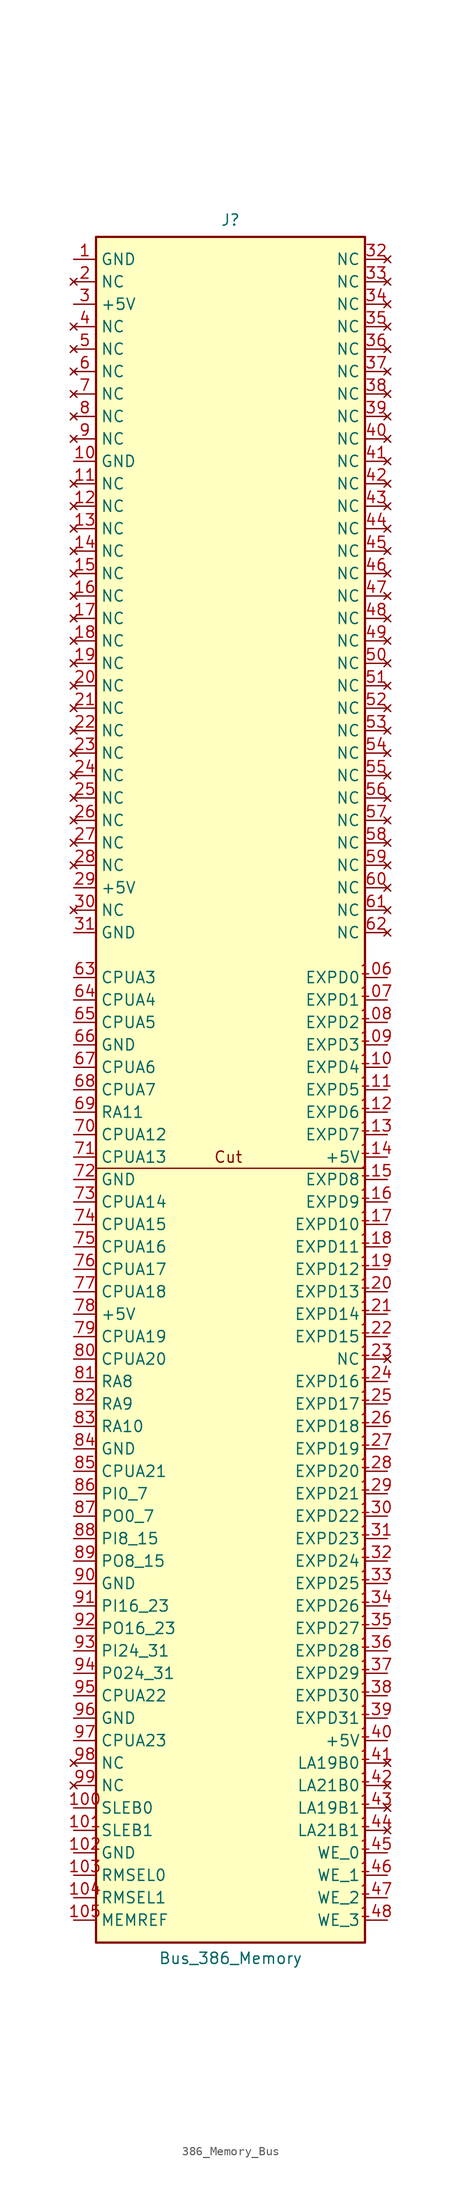
<source format=kicad_sym>
(kicad_symbol_lib
  (version 20241209)
  (generator "kicad_symbol_editor")
  (generator_version "9.0")
  (symbol "386_Memory_Bus"
    (property "Reference" "J"
      (at 0 67.945 0)
      (effects (font (size 1.27 1.27))))
    (property "Value" "Bus_386_Memory"
      (at 0 -128.778 0)
      (effects (font (size 1.27 1.27))))
    (symbol "386_Memory_Bus_0_1"
      (rectangle (start -15.24 66.04) (end 15.24 -127) (stroke (width 0.254) (type default)) (fill (type background)))
      (polyline (pts (xy 15.24 -39.37) (xy -15.24 -39.37)) (stroke (width 0) (type default)) (fill (type none))))
    (symbol "386_Memory_Bus_1_1"
      (text "Cut" (at -0.254 -38.1 0) (effects (font (size 1.27 1.27))))
      (pin power_out line (at -17.78 63.5 0) (length 2.54) (name "GND" (effects (font (size 1.27 1.27)))) (number "1" (effects (font (size 1.27 1.27)))))
      (pin no_connect line (at -17.78 60.96 0) (length 2.54) (name "NC" (effects (font (size 1.27 1.27)))) (number "2" (effects (font (size 1.27 1.27)))))
      (pin power_out line (at -17.78 58.42 0) (length 2.54) (name "+5V" (effects (font (size 1.27 1.27)))) (number "3" (effects (font (size 1.27 1.27)))))
      (pin no_connect line (at -17.78 55.88 0) (length 2.54) (name "NC" (effects (font (size 1.27 1.27)))) (number "4" (effects (font (size 1.27 1.27)))))
      (pin no_connect line (at -17.78 53.34 0) (length 2.54) (name "NC" (effects (font (size 1.27 1.27)))) (number "5" (effects (font (size 1.27 1.27)))))
      (pin no_connect line (at -17.78 50.8 0) (length 2.54) (name "NC" (effects (font (size 1.27 1.27)))) (number "6" (effects (font (size 1.27 1.27)))))
      (pin no_connect line (at -17.78 48.26 0) (length 2.54) (name "NC" (effects (font (size 1.27 1.27)))) (number "7" (effects (font (size 1.27 1.27)))))
      (pin no_connect line (at -17.78 45.72 0) (length 2.54) (name "NC" (effects (font (size 1.27 1.27)))) (number "8" (effects (font (size 1.27 1.27)))))
      (pin no_connect line (at -17.78 43.18 0) (length 2.54) (name "NC" (effects (font (size 1.27 1.27)))) (number "9" (effects (font (size 1.27 1.27)))))
      (pin power_out line (at -17.78 40.64 0) (length 2.54) (name "GND" (effects (font (size 1.27 1.27)))) (number "10" (effects (font (size 1.27 1.27)))))
      (pin no_connect line (at -17.78 38.1 0) (length 2.54) (name "NC" (effects (font (size 1.27 1.27)))) (number "11" (effects (font (size 1.27 1.27)))))
      (pin no_connect line (at -17.78 35.56 0) (length 2.54) (name "NC" (effects (font (size 1.27 1.27)))) (number "12" (effects (font (size 1.27 1.27)))))
      (pin no_connect line (at -17.78 33.02 0) (length 2.54) (name "NC" (effects (font (size 1.27 1.27)))) (number "13" (effects (font (size 1.27 1.27)))))
      (pin no_connect line (at -17.78 30.48 0) (length 2.54) (name "NC" (effects (font (size 1.27 1.27)))) (number "14" (effects (font (size 1.27 1.27)))))
      (pin no_connect line (at -17.78 27.94 0) (length 2.54) (name "NC" (effects (font (size 1.27 1.27)))) (number "15" (effects (font (size 1.27 1.27)))))
      (pin no_connect line (at -17.78 25.4 0) (length 2.54) (name "NC" (effects (font (size 1.27 1.27)))) (number "16" (effects (font (size 1.27 1.27)))))
      (pin no_connect line (at -17.78 22.86 0) (length 2.54) (name "NC" (effects (font (size 1.27 1.27)))) (number "17" (effects (font (size 1.27 1.27)))))
      (pin no_connect line (at -17.78 20.32 0) (length 2.54) (name "NC" (effects (font (size 1.27 1.27)))) (number "18" (effects (font (size 1.27 1.27)))))
      (pin no_connect line (at -17.78 17.78 0) (length 2.54) (name "NC" (effects (font (size 1.27 1.27)))) (number "19" (effects (font (size 1.27 1.27)))))
      (pin no_connect line (at -17.78 15.24 0) (length 2.54) (name "NC" (effects (font (size 1.27 1.27)))) (number "20" (effects (font (size 1.27 1.27)))))
      (pin no_connect line (at -17.78 12.7 0) (length 2.54) (name "NC" (effects (font (size 1.27 1.27)))) (number "21" (effects (font (size 1.27 1.27)))))
      (pin no_connect line (at -17.78 10.16 0) (length 2.54) (name "NC" (effects (font (size 1.27 1.27)))) (number "22" (effects (font (size 1.27 1.27)))))
      (pin no_connect line (at -17.78 7.62 0) (length 2.54) (name "NC" (effects (font (size 1.27 1.27)))) (number "23" (effects (font (size 1.27 1.27)))))
      (pin no_connect line (at -17.78 5.08 0) (length 2.54) (name "NC" (effects (font (size 1.27 1.27)))) (number "24" (effects (font (size 1.27 1.27)))))
      (pin no_connect line (at -17.78 2.54 0) (length 2.54) (name "NC" (effects (font (size 1.27 1.27)))) (number "25" (effects (font (size 1.27 1.27)))))
      (pin no_connect line (at -17.78 0 0) (length 2.54) (name "NC" (effects (font (size 1.27 1.27)))) (number "26" (effects (font (size 1.27 1.27)))))
      (pin no_connect line (at -17.78 -2.54 0) (length 2.54) (name "NC" (effects (font (size 1.27 1.27)))) (number "27" (effects (font (size 1.27 1.27)))))
      (pin no_connect line (at -17.78 -5.08 0) (length 2.54) (name "NC" (effects (font (size 1.27 1.27)))) (number "28" (effects (font (size 1.27 1.27)))))
      (pin power_out line (at -17.78 -7.62 0) (length 2.54) (name "+5V" (effects (font (size 1.27 1.27)))) (number "29" (effects (font (size 1.27 1.27)))))
      (pin no_connect line (at -17.78 -10.16 0) (length 2.54) (name "NC" (effects (font (size 1.27 1.27)))) (number "30" (effects (font (size 1.27 1.27)))))
      (pin power_out line (at -17.78 -12.7 0) (length 2.54) (name "GND" (effects (font (size 1.27 1.27)))) (number "31" (effects (font (size 1.27 1.27)))))
      (pin unspecified line (at -17.78 -17.78 0) (length 2.54) (name "CPUA3" (effects (font (size 1.27 1.27)))) (number "63" (effects (font (size 1.27 1.27)))))
      (pin unspecified line (at -17.78 -20.32 0) (length 2.54) (name "CPUA4" (effects (font (size 1.27 1.27)))) (number "64" (effects (font (size 1.27 1.27)))))
      (pin unspecified line (at -17.78 -22.86 0) (length 2.54) (name "CPUA5" (effects (font (size 1.27 1.27)))) (number "65" (effects (font (size 1.27 1.27)))))
      (pin power_out line (at -17.78 -25.4 0) (length 2.54) (name "GND" (effects (font (size 1.27 1.27)))) (number "66" (effects (font (size 1.27 1.27)))))
      (pin unspecified line (at -17.78 -27.94 0) (length 2.54) (name "CPUA6" (effects (font (size 1.27 1.27)))) (number "67" (effects (font (size 1.27 1.27)))))
      (pin unspecified line (at -17.78 -30.48 0) (length 2.54) (name "CPUA7" (effects (font (size 1.27 1.27)))) (number "68" (effects (font (size 1.27 1.27)))))
      (pin unspecified line (at -17.78 -33.02 0) (length 2.54) (name "RA11" (effects (font (size 1.27 1.27)))) (number "69" (effects (font (size 1.27 1.27)))))
      (pin unspecified line (at -17.78 -35.56 0) (length 2.54) (name "CPUA12" (effects (font (size 1.27 1.27)))) (number "70" (effects (font (size 1.27 1.27)))))
      (pin unspecified line (at -17.78 -38.1 0) (length 2.54) (name "CPUA13" (effects (font (size 1.27 1.27)))) (number "71" (effects (font (size 1.27 1.27)))))
      (pin power_out line (at -17.78 -40.64 0) (length 2.54) (name "GND" (effects (font (size 1.27 1.27)))) (number "72" (effects (font (size 1.27 1.27)))))
      (pin unspecified line (at -17.78 -43.18 0) (length 2.54) (name "CPUA14" (effects (font (size 1.27 1.27)))) (number "73" (effects (font (size 1.27 1.27)))))
      (pin unspecified line (at -17.78 -45.72 0) (length 2.54) (name "CPUA15" (effects (font (size 1.27 1.27)))) (number "74" (effects (font (size 1.27 1.27)))))
      (pin unspecified line (at -17.78 -48.26 0) (length 2.54) (name "CPUA16" (effects (font (size 1.27 1.27)))) (number "75" (effects (font (size 1.27 1.27)))))
      (pin unspecified line (at -17.78 -50.8 0) (length 2.54) (name "CPUA17" (effects (font (size 1.27 1.27)))) (number "76" (effects (font (size 1.27 1.27)))))
      (pin unspecified line (at -17.78 -53.34 0) (length 2.54) (name "CPUA18" (effects (font (size 1.27 1.27)))) (number "77" (effects (font (size 1.27 1.27)))))
      (pin power_out line (at -17.78 -55.88 0) (length 2.54) (name "+5V" (effects (font (size 1.27 1.27)))) (number "78" (effects (font (size 1.27 1.27)))))
      (pin unspecified line (at -17.78 -58.42 0) (length 2.54) (name "CPUA19" (effects (font (size 1.27 1.27)))) (number "79" (effects (font (size 1.27 1.27)))))
      (pin unspecified line (at -17.78 -60.96 0) (length 2.54) (name "CPUA20" (effects (font (size 1.27 1.27)))) (number "80" (effects (font (size 1.27 1.27)))))
      (pin unspecified line (at -17.78 -63.5 0) (length 2.54) (name "RA8" (effects (font (size 1.27 1.27)))) (number "81" (effects (font (size 1.27 1.27)))))
      (pin unspecified line (at -17.78 -66.04 0) (length 2.54) (name "RA9" (effects (font (size 1.27 1.27)))) (number "82" (effects (font (size 1.27 1.27)))))
      (pin unspecified line (at -17.78 -68.58 0) (length 2.54) (name "RA10" (effects (font (size 1.27 1.27)))) (number "83" (effects (font (size 1.27 1.27)))))
      (pin unspecified line (at -17.78 -71.12 0) (length 2.54) (name "GND" (effects (font (size 1.27 1.27)))) (number "84" (effects (font (size 1.27 1.27)))))
      (pin unspecified line (at -17.78 -73.66 0) (length 2.54) (name "CPUA21" (effects (font (size 1.27 1.27)))) (number "85" (effects (font (size 1.27 1.27)))))
      (pin unspecified line (at -17.78 -76.2 0) (length 2.54) (name "PI0_7" (effects (font (size 1.27 1.27)))) (number "86" (effects (font (size 1.27 1.27)))))
      (pin unspecified line (at -17.78 -78.74 0) (length 2.54) (name "PO0_7" (effects (font (size 1.27 1.27)))) (number "87" (effects (font (size 1.27 1.27)))))
      (pin unspecified line (at -17.78 -81.28 0) (length 2.54) (name "PI8_15" (effects (font (size 1.27 1.27)))) (number "88" (effects (font (size 1.27 1.27)))))
      (pin unspecified line (at -17.78 -83.82 0) (length 2.54) (name "PO8_15" (effects (font (size 1.27 1.27)))) (number "89" (effects (font (size 1.27 1.27)))))
      (pin power_out line (at -17.78 -86.36 0) (length 2.54) (name "GND" (effects (font (size 1.27 1.27)))) (number "90" (effects (font (size 1.27 1.27)))))
      (pin unspecified line (at -17.78 -88.9 0) (length 2.54) (name "PI16_23" (effects (font (size 1.27 1.27)))) (number "91" (effects (font (size 1.27 1.27)))))
      (pin unspecified line (at -17.78 -91.44 0) (length 2.54) (name "PO16_23" (effects (font (size 1.27 1.27)))) (number "92" (effects (font (size 1.27 1.27)))))
      (pin unspecified line (at -17.78 -93.98 0) (length 2.54) (name "PI24_31" (effects (font (size 1.27 1.27)))) (number "93" (effects (font (size 1.27 1.27)))))
      (pin unspecified line (at -17.78 -96.52 0) (length 2.54) (name "P024_31" (effects (font (size 1.27 1.27)))) (number "94" (effects (font (size 1.27 1.27)))))
      (pin unspecified line (at -17.78 -99.06 0) (length 2.54) (name "CPUA22" (effects (font (size 1.27 1.27)))) (number "95" (effects (font (size 1.27 1.27)))))
      (pin power_out line (at -17.78 -101.6 0) (length 2.54) (name "GND" (effects (font (size 1.27 1.27)))) (number "96" (effects (font (size 1.27 1.27)))))
      (pin unspecified line (at -17.78 -104.14 0) (length 2.54) (name "CPUA23" (effects (font (size 1.27 1.27)))) (number "97" (effects (font (size 1.27 1.27)))))
      (pin no_connect line (at -17.78 -106.68 0) (length 2.54) (name "NC" (effects (font (size 1.27 1.27)))) (number "98" (effects (font (size 1.27 1.27)))))
      (pin no_connect line (at -17.78 -109.22 0) (length 2.54) (name "NC" (effects (font (size 1.27 1.27)))) (number "99" (effects (font (size 1.27 1.27)))))
      (pin unspecified line (at -17.78 -111.76 0) (length 2.54) (name "SLEB0" (effects (font (size 1.27 1.27)))) (number "100" (effects (font (size 1.27 1.27)))))
      (pin unspecified line (at -17.78 -114.3 0) (length 2.54) (name "SLEB1" (effects (font (size 1.27 1.27)))) (number "101" (effects (font (size 1.27 1.27)))))
      (pin power_out line (at -17.78 -116.84 0) (length 2.54) (name "GND" (effects (font (size 1.27 1.27)))) (number "102" (effects (font (size 1.27 1.27)))))
      (pin unspecified line (at -17.78 -119.38 0) (length 2.54) (name "RMSEL0" (effects (font (size 1.27 1.27)))) (number "103" (effects (font (size 1.27 1.27)))))
      (pin unspecified line (at -17.78 -121.92 0) (length 2.54) (name "RMSEL1" (effects (font (size 1.27 1.27)))) (number "104" (effects (font (size 1.27 1.27)))))
      (pin unspecified line (at -17.78 -124.46 0) (length 2.54) (name "MEMREF" (effects (font (size 1.27 1.27)))) (number "105" (effects (font (size 1.27 1.27)))))
      (pin no_connect line (at 17.78 63.5 180) (length 2.54) (name "NC" (effects (font (size 1.27 1.27)))) (number "32" (effects (font (size 1.27 1.27)))))
      (pin no_connect line (at 17.78 60.96 180) (length 2.54) (name "NC" (effects (font (size 1.27 1.27)))) (number "33" (effects (font (size 1.27 1.27)))))
      (pin no_connect line (at 17.78 58.42 180) (length 2.54) (name "NC" (effects (font (size 1.27 1.27)))) (number "34" (effects (font (size 1.27 1.27)))))
      (pin no_connect line (at 17.78 55.88 180) (length 2.54) (name "NC" (effects (font (size 1.27 1.27)))) (number "35" (effects (font (size 1.27 1.27)))))
      (pin no_connect line (at 17.78 53.34 180) (length 2.54) (name "NC" (effects (font (size 1.27 1.27)))) (number "36" (effects (font (size 1.27 1.27)))))
      (pin no_connect line (at 17.78 50.8 180) (length 2.54) (name "NC" (effects (font (size 1.27 1.27)))) (number "37" (effects (font (size 1.27 1.27)))))
      (pin no_connect line (at 17.78 48.26 180) (length 2.54) (name "NC" (effects (font (size 1.27 1.27)))) (number "38" (effects (font (size 1.27 1.27)))))
      (pin no_connect line (at 17.78 45.72 180) (length 2.54) (name "NC" (effects (font (size 1.27 1.27)))) (number "39" (effects (font (size 1.27 1.27)))))
      (pin no_connect line (at 17.78 43.18 180) (length 2.54) (name "NC" (effects (font (size 1.27 1.27)))) (number "40" (effects (font (size 1.27 1.27)))))
      (pin no_connect line (at 17.78 40.64 180) (length 2.54) (name "NC" (effects (font (size 1.27 1.27)))) (number "41" (effects (font (size 1.27 1.27)))))
      (pin no_connect line (at 17.78 38.1 180) (length 2.54) (name "NC" (effects (font (size 1.27 1.27)))) (number "42" (effects (font (size 1.27 1.27)))))
      (pin no_connect line (at 17.78 35.56 180) (length 2.54) (name "NC" (effects (font (size 1.27 1.27)))) (number "43" (effects (font (size 1.27 1.27)))))
      (pin no_connect line (at 17.78 33.02 180) (length 2.54) (name "NC" (effects (font (size 1.27 1.27)))) (number "44" (effects (font (size 1.27 1.27)))))
      (pin no_connect line (at 17.78 30.48 180) (length 2.54) (name "NC" (effects (font (size 1.27 1.27)))) (number "45" (effects (font (size 1.27 1.27)))))
      (pin no_connect line (at 17.78 27.94 180) (length 2.54) (name "NC" (effects (font (size 1.27 1.27)))) (number "46" (effects (font (size 1.27 1.27)))))
      (pin no_connect line (at 17.78 25.4 180) (length 2.54) (name "NC" (effects (font (size 1.27 1.27)))) (number "47" (effects (font (size 1.27 1.27)))))
      (pin no_connect line (at 17.78 22.86 180) (length 2.54) (name "NC" (effects (font (size 1.27 1.27)))) (number "48" (effects (font (size 1.27 1.27)))))
      (pin no_connect line (at 17.78 20.32 180) (length 2.54) (name "NC" (effects (font (size 1.27 1.27)))) (number "49" (effects (font (size 1.27 1.27)))))
      (pin no_connect line (at 17.78 17.78 180) (length 2.54) (name "NC" (effects (font (size 1.27 1.27)))) (number "50" (effects (font (size 1.27 1.27)))))
      (pin no_connect line (at 17.78 15.24 180) (length 2.54) (name "NC" (effects (font (size 1.27 1.27)))) (number "51" (effects (font (size 1.27 1.27)))))
      (pin no_connect line (at 17.78 12.7 180) (length 2.54) (name "NC" (effects (font (size 1.27 1.27)))) (number "52" (effects (font (size 1.27 1.27)))))
      (pin no_connect line (at 17.78 10.16 180) (length 2.54) (name "NC" (effects (font (size 1.27 1.27)))) (number "53" (effects (font (size 1.27 1.27)))))
      (pin no_connect line (at 17.78 7.62 180) (length 2.54) (name "NC" (effects (font (size 1.27 1.27)))) (number "54" (effects (font (size 1.27 1.27)))))
      (pin no_connect line (at 17.78 5.08 180) (length 2.54) (name "NC" (effects (font (size 1.27 1.27)))) (number "55" (effects (font (size 1.27 1.27)))))
      (pin no_connect line (at 17.78 2.54 180) (length 2.54) (name "NC" (effects (font (size 1.27 1.27)))) (number "56" (effects (font (size 1.27 1.27)))))
      (pin no_connect line (at 17.78 0 180) (length 2.54) (name "NC" (effects (font (size 1.27 1.27)))) (number "57" (effects (font (size 1.27 1.27)))))
      (pin no_connect line (at 17.78 -2.54 180) (length 2.54) (name "NC" (effects (font (size 1.27 1.27)))) (number "58" (effects (font (size 1.27 1.27)))))
      (pin no_connect line (at 17.78 -5.08 180) (length 2.54) (name "NC" (effects (font (size 1.27 1.27)))) (number "59" (effects (font (size 1.27 1.27)))))
      (pin no_connect line (at 17.78 -7.62 180) (length 2.54) (name "NC" (effects (font (size 1.27 1.27)))) (number "60" (effects (font (size 1.27 1.27)))))
      (pin no_connect line (at 17.78 -10.16 180) (length 2.54) (name "NC" (effects (font (size 1.27 1.27)))) (number "61" (effects (font (size 1.27 1.27)))))
      (pin no_connect line (at 17.78 -12.7 180) (length 2.54) (name "NC" (effects (font (size 1.27 1.27)))) (number "62" (effects (font (size 1.27 1.27)))))
      (pin unspecified line (at 17.78 -17.78 180) (length 2.54) (name "EXPD0" (effects (font (size 1.27 1.27)))) (number "106" (effects (font (size 1.27 1.27)))))
      (pin unspecified line (at 17.78 -20.32 180) (length 2.54) (name "EXPD1" (effects (font (size 1.27 1.27)))) (number "107" (effects (font (size 1.27 1.27)))))
      (pin unspecified line (at 17.78 -22.86 180) (length 2.54) (name "EXPD2" (effects (font (size 1.27 1.27)))) (number "108" (effects (font (size 1.27 1.27)))))
      (pin unspecified line (at 17.78 -25.4 180) (length 2.54) (name "EXPD3" (effects (font (size 1.27 1.27)))) (number "109" (effects (font (size 1.27 1.27)))))
      (pin unspecified line (at 17.78 -27.94 180) (length 2.54) (name "EXPD4" (effects (font (size 1.27 1.27)))) (number "110" (effects (font (size 1.27 1.27)))))
      (pin unspecified line (at 17.78 -30.48 180) (length 2.54) (name "EXPD5" (effects (font (size 1.27 1.27)))) (number "111" (effects (font (size 1.27 1.27)))))
      (pin unspecified line (at 17.78 -33.02 180) (length 2.54) (name "EXPD6" (effects (font (size 1.27 1.27)))) (number "112" (effects (font (size 1.27 1.27)))))
      (pin unspecified line (at 17.78 -35.56 180) (length 2.54) (name "EXPD7" (effects (font (size 1.27 1.27)))) (number "113" (effects (font (size 1.27 1.27)))))
      (pin power_out line (at 17.78 -38.1 180) (length 2.54) (name "+5V" (effects (font (size 1.27 1.27)))) (number "114" (effects (font (size 1.27 1.27)))))
      (pin unspecified line (at 17.78 -40.64 180) (length 2.54) (name "EXPD8" (effects (font (size 1.27 1.27)))) (number "115" (effects (font (size 1.27 1.27)))))
      (pin unspecified line (at 17.78 -43.18 180) (length 2.54) (name "EXPD9" (effects (font (size 1.27 1.27)))) (number "116" (effects (font (size 1.27 1.27)))))
      (pin unspecified line (at 17.78 -45.72 180) (length 2.54) (name "EXPD10" (effects (font (size 1.27 1.27)))) (number "117" (effects (font (size 1.27 1.27)))))
      (pin unspecified line (at 17.78 -48.26 180) (length 2.54) (name "EXPD11" (effects (font (size 1.27 1.27)))) (number "118" (effects (font (size 1.27 1.27)))))
      (pin unspecified line (at 17.78 -50.8 180) (length 2.54) (name "EXPD12" (effects (font (size 1.27 1.27)))) (number "119" (effects (font (size 1.27 1.27)))))
      (pin unspecified line (at 17.78 -53.34 180) (length 2.54) (name "EXPD13" (effects (font (size 1.27 1.27)))) (number "120" (effects (font (size 1.27 1.27)))))
      (pin unspecified line (at 17.78 -55.88 180) (length 2.54) (name "EXPD14" (effects (font (size 1.27 1.27)))) (number "121" (effects (font (size 1.27 1.27)))))
      (pin unspecified line (at 17.78 -58.42 180) (length 2.54) (name "EXPD15" (effects (font (size 1.27 1.27)))) (number "122" (effects (font (size 1.27 1.27)))))
      (pin no_connect line (at 17.78 -60.96 180) (length 2.54) (name "NC" (effects (font (size 1.27 1.27)))) (number "123" (effects (font (size 1.27 1.27)))))
      (pin unspecified line (at 17.78 -63.5 180) (length 2.54) (name "EXPD16" (effects (font (size 1.27 1.27)))) (number "124" (effects (font (size 1.27 1.27)))))
      (pin unspecified line (at 17.78 -66.04 180) (length 2.54) (name "EXPD17" (effects (font (size 1.27 1.27)))) (number "125" (effects (font (size 1.27 1.27)))))
      (pin unspecified line (at 17.78 -68.58 180) (length 2.54) (name "EXPD18" (effects (font (size 1.27 1.27)))) (number "126" (effects (font (size 1.27 1.27)))))
      (pin unspecified line (at 17.78 -71.12 180) (length 2.54) (name "EXPD19" (effects (font (size 1.27 1.27)))) (number "127" (effects (font (size 1.27 1.27)))))
      (pin unspecified line (at 17.78 -73.66 180) (length 2.54) (name "EXPD20" (effects (font (size 1.27 1.27)))) (number "128" (effects (font (size 1.27 1.27)))))
      (pin unspecified line (at 17.78 -76.2 180) (length 2.54) (name "EXPD21" (effects (font (size 1.27 1.27)))) (number "129" (effects (font (size 1.27 1.27)))))
      (pin unspecified line (at 17.78 -78.74 180) (length 2.54) (name "EXPD22" (effects (font (size 1.27 1.27)))) (number "130" (effects (font (size 1.27 1.27)))))
      (pin unspecified line (at 17.78 -81.28 180) (length 2.54) (name "EXPD23" (effects (font (size 1.27 1.27)))) (number "131" (effects (font (size 1.27 1.27)))))
      (pin unspecified line (at 17.78 -83.82 180) (length 2.54) (name "EXPD24" (effects (font (size 1.27 1.27)))) (number "132" (effects (font (size 1.27 1.27)))))
      (pin unspecified line (at 17.78 -86.36 180) (length 2.54) (name "EXPD25" (effects (font (size 1.27 1.27)))) (number "133" (effects (font (size 1.27 1.27)))))
      (pin unspecified line (at 17.78 -88.9 180) (length 2.54) (name "EXPD26" (effects (font (size 1.27 1.27)))) (number "134" (effects (font (size 1.27 1.27)))))
      (pin unspecified line (at 17.78 -91.44 180) (length 2.54) (name "EXPD27" (effects (font (size 1.27 1.27)))) (number "135" (effects (font (size 1.27 1.27)))))
      (pin unspecified line (at 17.78 -93.98 180) (length 2.54) (name "EXPD28" (effects (font (size 1.27 1.27)))) (number "136" (effects (font (size 1.27 1.27)))))
      (pin unspecified line (at 17.78 -96.52 180) (length 2.54) (name "EXPD29" (effects (font (size 1.27 1.27)))) (number "137" (effects (font (size 1.27 1.27)))))
      (pin unspecified line (at 17.78 -99.06 180) (length 2.54) (name "EXPD30" (effects (font (size 1.27 1.27)))) (number "138" (effects (font (size 1.27 1.27)))))
      (pin unspecified line (at 17.78 -101.6 180) (length 2.54) (name "EXPD31" (effects (font (size 1.27 1.27)))) (number "139" (effects (font (size 1.27 1.27)))))
      (pin power_out line (at 17.78 -104.14 180) (length 2.54) (name "+5V" (effects (font (size 1.27 1.27)))) (number "140" (effects (font (size 1.27 1.27)))))
      (pin no_connect line (at 17.78 -106.68 180) (length 2.54) (name "LA19B0" (effects (font (size 1.27 1.27)))) (number "141" (effects (font (size 1.27 1.27)))))
      (pin no_connect line (at 17.78 -109.22 180) (length 2.54) (name "LA21B0" (effects (font (size 1.27 1.27)))) (number "142" (effects (font (size 1.27 1.27)))))
      (pin no_connect line (at 17.78 -111.76 180) (length 2.54) (name "LA19B1" (effects (font (size 1.27 1.27)))) (number "143" (effects (font (size 1.27 1.27)))))
      (pin no_connect line (at 17.78 -114.3 180) (length 2.54) (name "LA21B1" (effects (font (size 1.27 1.27)))) (number "144" (effects (font (size 1.27 1.27)))))
      (pin unspecified line (at 17.78 -116.84 180) (length 2.54) (name "WE_0" (effects (font (size 1.27 1.27)))) (number "145" (effects (font (size 1.27 1.27)))))
      (pin unspecified line (at 17.78 -119.38 180) (length 2.54) (name "WE_1" (effects (font (size 1.27 1.27)))) (number "146" (effects (font (size 1.27 1.27)))))
      (pin unspecified line (at 17.78 -121.92 180) (length 2.54) (name "WE_2" (effects (font (size 1.27 1.27)))) (number "147" (effects (font (size 1.27 1.27)))))
      (pin unspecified line (at 17.78 -124.46 180) (length 2.54) (name "WE_3" (effects (font (size 1.27 1.27)))) (number "148" (effects (font (size 1.27 1.27))))))))
</source>
